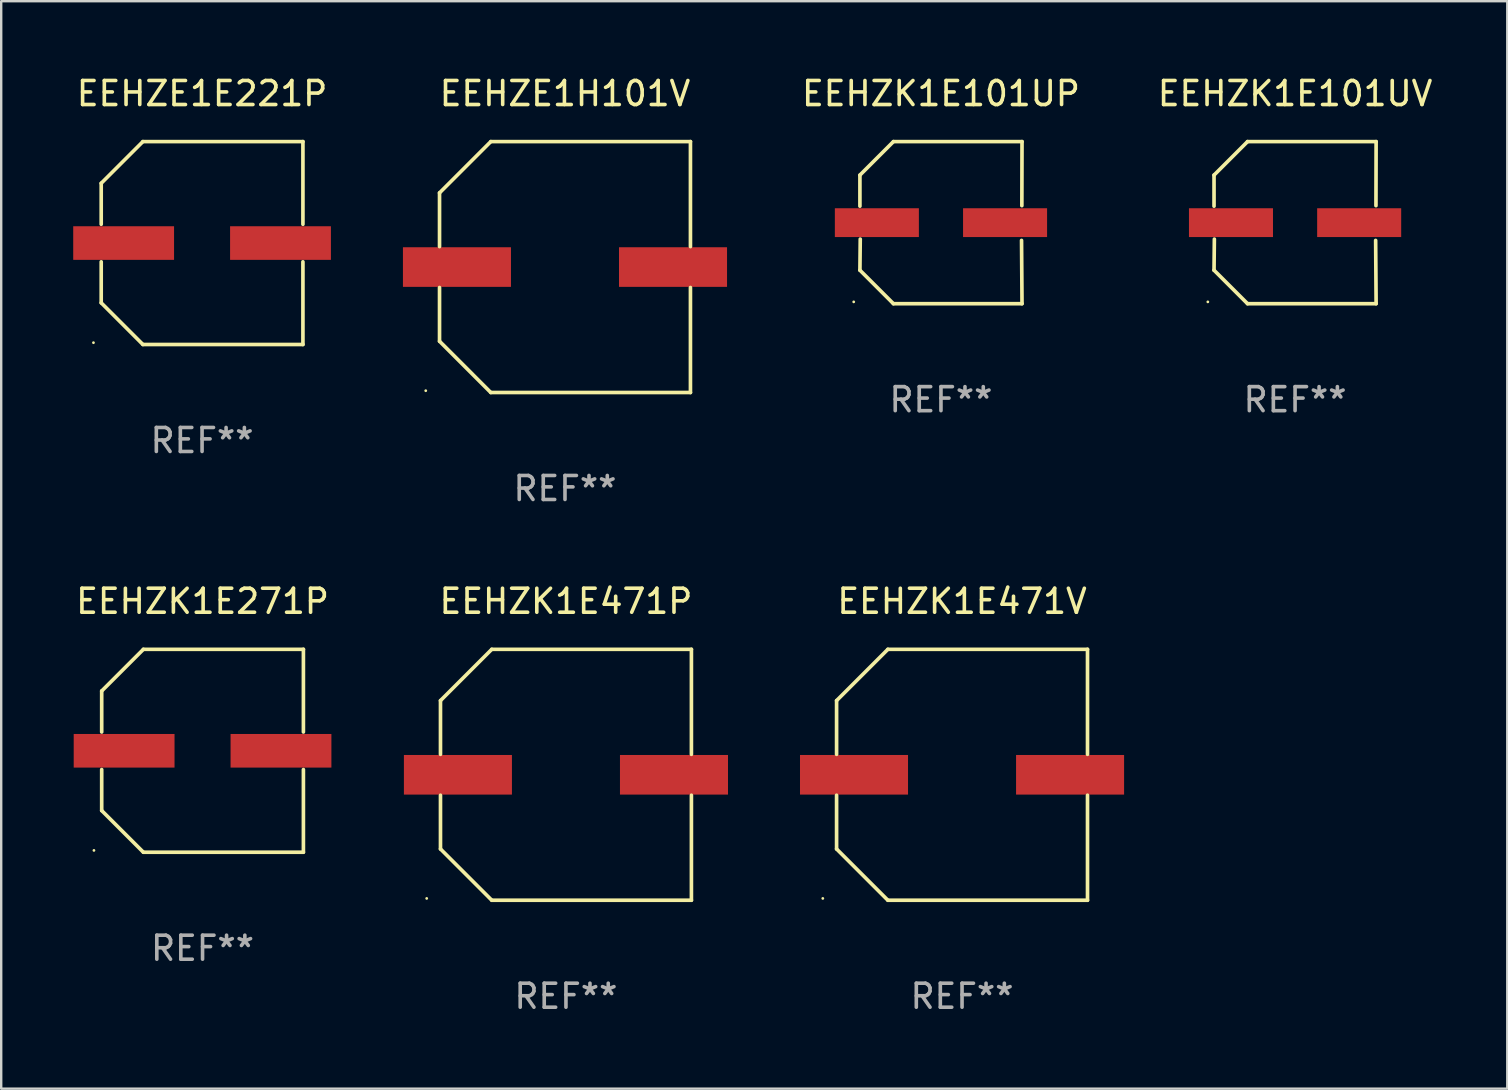
<source format=kicad_pcb>
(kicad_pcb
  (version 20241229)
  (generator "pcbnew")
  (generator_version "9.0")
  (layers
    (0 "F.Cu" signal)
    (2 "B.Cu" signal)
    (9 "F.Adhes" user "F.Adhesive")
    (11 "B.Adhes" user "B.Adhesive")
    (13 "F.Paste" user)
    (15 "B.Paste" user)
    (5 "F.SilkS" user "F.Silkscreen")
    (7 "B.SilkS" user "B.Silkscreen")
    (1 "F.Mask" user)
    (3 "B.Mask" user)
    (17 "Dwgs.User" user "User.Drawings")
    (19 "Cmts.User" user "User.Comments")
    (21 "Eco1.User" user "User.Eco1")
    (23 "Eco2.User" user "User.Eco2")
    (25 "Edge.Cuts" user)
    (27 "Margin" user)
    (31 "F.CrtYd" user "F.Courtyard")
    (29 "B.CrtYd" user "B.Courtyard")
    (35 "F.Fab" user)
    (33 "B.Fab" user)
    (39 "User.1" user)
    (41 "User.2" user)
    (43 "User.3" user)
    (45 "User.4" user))
  (footprint "EEHZK1E101UV"
    (layer "F.Cu")
    (at 50.895 6.224)
    (property "Reference" "EEHZK1E101UV" (at 0 -5.376 0) (layer "F.SilkS") (effects (font (size 1 1) (thickness 0.15))))
    (attr through_hole)
    (fp_line (start -3.376 -1.98) (end -3.376 -0.686) (stroke (width 0.152) (type solid)) (layer "F.SilkS"))
    (fp_line (start -3.376 1.981) (end -3.362 0.686) (stroke (width 0.152) (type solid)) (layer "F.SilkS"))
    (fp_line (start -1.981 3.376) (end -3.376 1.981) (stroke (width 0.152) (type solid)) (layer "F.SilkS"))
    (fp_line (start -1.98 -3.376) (end -3.376 -1.98) (stroke (width 0.152) (type solid)) (layer "F.SilkS"))
    (fp_line (start 3.356 0.74) (end 3.376 3.376) (stroke (width 0.152) (type solid)) (layer "F.SilkS"))
    (fp_line (start 3.369 -0.707) (end 3.376 -3.376) (stroke (width 0.152) (type solid)) (layer "F.SilkS"))
    (fp_line (start 3.376 3.376) (end -1.981 3.376) (stroke (width 0.152) (type solid)) (layer "F.SilkS"))
    (fp_line (start 3.376 -3.376) (end -1.98 -3.376) (stroke (width 0.152) (type solid)) (layer "F.SilkS"))
    (fp_circle (center -3.634 3.3) (end -3.604 3.3) (stroke (width 0.06) (type solid)) (fill no) (layer "F.SilkS"))
    (fp_text user "REF**" (at 0 7.376 0) (layer "F.Fab") (effects (font (size 1 1) (thickness 0.15))))
    (pad "1" smd rect (at -2.67 0.000254) (size 3.5 1.2) (layers "F.Cu" "F.Mask" "F.Paste"))
    (pad "2" smd rect (at 2.67 0.000254) (size 3.5 1.2) (layers "F.Cu" "F.Mask" "F.Paste")))
  (footprint "EEHZE1E221P"
    (layer "F.Cu")
    (at 5.367 7.074)
    (property "Reference" "EEHZE1E221P" (at 0 -6.226 0) (layer "F.SilkS") (effects (font (size 1 1) (thickness 0.15))))
    (attr through_hole)
    (fp_line (start -4.201 -2.49) (end -4.201 -0.782) (stroke (width 0.152) (type solid)) (layer "F.SilkS"))
    (fp_line (start -4.201 2.49) (end -4.201 0.782) (stroke (width 0.152) (type solid)) (layer "F.SilkS"))
    (fp_line (start -2.465 -4.226) (end -4.201 -2.49) (stroke (width 0.152) (type solid)) (layer "F.SilkS"))
    (fp_line (start -2.465 4.226) (end -4.201 2.49) (stroke (width 0.152) (type solid)) (layer "F.SilkS"))
    (fp_line (start 4.201 -4.226) (end -2.465 -4.226) (stroke (width 0.152) (type solid)) (layer "F.SilkS"))
    (fp_line (start 4.201 -0.782) (end 4.201 -4.226) (stroke (width 0.152) (type solid)) (layer "F.SilkS"))
    (fp_line (start 4.201 0.782) (end 4.201 4.226) (stroke (width 0.152) (type solid)) (layer "F.SilkS"))
    (fp_line (start 4.201 4.226) (end -2.465 4.226) (stroke (width 0.152) (type solid)) (layer "F.SilkS"))
    (fp_circle (center -4.524 4.15) (end -4.494 4.15) (stroke (width 0.06) (type solid)) (fill no) (layer "F.SilkS"))
    (fp_text user "REF**" (at 0 8.226 0) (layer "F.Fab") (effects (font (size 1 1) (thickness 0.15))))
    (pad "1" smd rect (at -3.267 0) (size 4.2 1.4) (layers "F.Cu" "F.Mask" "F.Paste"))
    (pad "2" smd rect (at 3.267 0) (size 4.2 1.4) (layers "F.Cu" "F.Mask" "F.Paste")))
  (footprint "EEHZK1E101UP"
    (layer "F.Cu")
    (at 36.145 6.224)
    (property "Reference" "EEHZK1E101UP" (at 0 -5.376 0) (layer "F.SilkS") (effects (font (size 1 1) (thickness 0.15))))
    (attr through_hole)
    (fp_line (start -3.376 -1.98) (end -3.376 -0.686) (stroke (width 0.152) (type solid)) (layer "F.SilkS"))
    (fp_line (start -3.376 1.981) (end -3.362 0.686) (stroke (width 0.152) (type solid)) (layer "F.SilkS"))
    (fp_line (start -1.981 3.376) (end -3.376 1.981) (stroke (width 0.152) (type solid)) (layer "F.SilkS"))
    (fp_line (start -1.98 -3.376) (end -3.376 -1.98) (stroke (width 0.152) (type solid)) (layer "F.SilkS"))
    (fp_line (start 3.356 0.74) (end 3.376 3.376) (stroke (width 0.152) (type solid)) (layer "F.SilkS"))
    (fp_line (start 3.369 -0.707) (end 3.376 -3.376) (stroke (width 0.152) (type solid)) (layer "F.SilkS"))
    (fp_line (start 3.376 3.376) (end -1.981 3.376) (stroke (width 0.152) (type solid)) (layer "F.SilkS"))
    (fp_line (start 3.376 -3.376) (end -1.98 -3.376) (stroke (width 0.152) (type solid)) (layer "F.SilkS"))
    (fp_circle (center -3.634 3.3) (end -3.604 3.3) (stroke (width 0.06) (type solid)) (fill no) (layer "F.SilkS"))
    (fp_text user "REF**" (at 0 7.376 0) (layer "F.Fab") (effects (font (size 1 1) (thickness 0.15))))
    (pad "1" smd rect (at -2.67 0.000254) (size 3.5 1.2) (layers "F.Cu" "F.Mask" "F.Paste"))
    (pad "2" smd rect (at 2.67 0.000254) (size 3.5 1.2) (layers "F.Cu" "F.Mask" "F.Paste")))
  (footprint "EEHZK1E471V"
    (layer "F.Cu")
    (at 37.023 29.223)
    (property "Reference" "EEHZK1E471V" (at 0 -7.226 0) (layer "F.SilkS") (effects (font (size 1 1) (thickness 0.15))))
    (attr through_hole)
    (fp_line (start -5.226 -3.09) (end -5.226 -0.852) (stroke (width 0.152) (type solid)) (layer "F.SilkS"))
    (fp_line (start -5.226 3.09) (end -5.226 0.852) (stroke (width 0.152) (type solid)) (layer "F.SilkS"))
    (fp_line (start -3.09 -5.226) (end -5.226 -3.09) (stroke (width 0.152) (type solid)) (layer "F.SilkS"))
    (fp_line (start -3.09 5.226) (end -5.226 3.09) (stroke (width 0.152) (type solid)) (layer "F.SilkS"))
    (fp_line (start 5.226 -5.226) (end -3.09 -5.226) (stroke (width 0.152) (type solid)) (layer "F.SilkS"))
    (fp_line (start 5.226 -0.852) (end 5.226 -5.226) (stroke (width 0.152) (type solid)) (layer "F.SilkS"))
    (fp_line (start 5.226 0.852) (end 5.226 5.226) (stroke (width 0.152) (type solid)) (layer "F.SilkS"))
    (fp_line (start 5.226 5.226) (end -3.09 5.226) (stroke (width 0.152) (type solid)) (layer "F.SilkS"))
    (fp_circle (center -5.8 5.15) (end -5.77 5.15) (stroke (width 0.06) (type solid)) (fill no) (layer "F.SilkS"))
    (fp_text user "REF**" (at 0 9.226 0) (layer "F.Fab") (effects (font (size 1 1) (thickness 0.15))))
    (pad "1" smd rect (at -4.5 0) (size 4.5 1.65) (layers "F.Cu" "F.Mask" "F.Paste"))
    (pad "2" smd rect (at 4.5 0) (size 4.5 1.65) (layers "F.Cu" "F.Mask" "F.Paste")))
  (footprint "EEHZK1E271P"
    (layer "F.Cu")
    (at 5.387 28.223)
    (property "Reference" "EEHZK1E271P" (at 0 -6.226 0) (layer "F.SilkS") (effects (font (size 1 1) (thickness 0.15))))
    (attr through_hole)
    (fp_line (start -4.201 -2.49) (end -4.201 -0.782) (stroke (width 0.152) (type solid)) (layer "F.SilkS"))
    (fp_line (start -4.201 2.49) (end -4.201 0.782) (stroke (width 0.152) (type solid)) (layer "F.SilkS"))
    (fp_line (start -2.465 -4.226) (end -4.201 -2.49) (stroke (width 0.152) (type solid)) (layer "F.SilkS"))
    (fp_line (start -2.465 4.226) (end -4.201 2.49) (stroke (width 0.152) (type solid)) (layer "F.SilkS"))
    (fp_line (start 4.201 -4.226) (end -2.465 -4.226) (stroke (width 0.152) (type solid)) (layer "F.SilkS"))
    (fp_line (start 4.201 -0.782) (end 4.201 -4.226) (stroke (width 0.152) (type solid)) (layer "F.SilkS"))
    (fp_line (start 4.201 0.782) (end 4.201 4.226) (stroke (width 0.152) (type solid)) (layer "F.SilkS"))
    (fp_line (start 4.201 4.226) (end -2.465 4.226) (stroke (width 0.152) (type solid)) (layer "F.SilkS"))
    (fp_circle (center -4.524 4.15) (end -4.494 4.15) (stroke (width 0.06) (type solid)) (fill no) (layer "F.SilkS"))
    (fp_text user "REF**" (at 0 8.226 0) (layer "F.Fab") (effects (font (size 1 1) (thickness 0.15))))
    (pad "1" smd rect (at -3.267 0) (size 4.2 1.4) (layers "F.Cu" "F.Mask" "F.Paste"))
    (pad "2" smd rect (at 3.267 0) (size 4.2 1.4) (layers "F.Cu" "F.Mask" "F.Paste")))
  (footprint "EEHZE1H101V"
    (layer "F.Cu")
    (at 20.484 8.074)
    (property "Reference" "EEHZE1H101V" (at 0 -7.226 0) (layer "F.SilkS") (effects (font (size 1 1) (thickness 0.15))))
    (attr through_hole)
    (fp_line (start -5.226 -3.09) (end -5.226 -0.852) (stroke (width 0.152) (type solid)) (layer "F.SilkS"))
    (fp_line (start -5.226 3.09) (end -5.226 0.852) (stroke (width 0.152) (type solid)) (layer "F.SilkS"))
    (fp_line (start -3.09 -5.226) (end -5.226 -3.09) (stroke (width 0.152) (type solid)) (layer "F.SilkS"))
    (fp_line (start -3.09 5.226) (end -5.226 3.09) (stroke (width 0.152) (type solid)) (layer "F.SilkS"))
    (fp_line (start 5.226 -5.226) (end -3.09 -5.226) (stroke (width 0.152) (type solid)) (layer "F.SilkS"))
    (fp_line (start 5.226 -0.852) (end 5.226 -5.226) (stroke (width 0.152) (type solid)) (layer "F.SilkS"))
    (fp_line (start 5.226 0.852) (end 5.226 5.226) (stroke (width 0.152) (type solid)) (layer "F.SilkS"))
    (fp_line (start 5.226 5.226) (end -3.09 5.226) (stroke (width 0.152) (type solid)) (layer "F.SilkS"))
    (fp_circle (center -5.8 5.15) (end -5.77 5.15) (stroke (width 0.06) (type solid)) (fill no) (layer "F.SilkS"))
    (fp_text user "REF**" (at 0 9.226 0) (layer "F.Fab") (effects (font (size 1 1) (thickness 0.15))))
    (pad "1" smd rect (at -4.5 0) (size 4.5 1.65) (layers "F.Cu" "F.Mask" "F.Paste"))
    (pad "2" smd rect (at 4.5 0) (size 4.5 1.65) (layers "F.Cu" "F.Mask" "F.Paste")))
  (footprint "EEHZK1E471P"
    (layer "F.Cu")
    (at 20.524 29.223)
    (property "Reference" "EEHZK1E471P" (at 0 -7.226 0) (layer "F.SilkS") (effects (font (size 1 1) (thickness 0.15))))
    (attr through_hole)
    (fp_line (start -5.226 -3.09) (end -5.226 -0.852) (stroke (width 0.152) (type solid)) (layer "F.SilkS"))
    (fp_line (start -5.226 3.09) (end -5.226 0.852) (stroke (width 0.152) (type solid)) (layer "F.SilkS"))
    (fp_line (start -3.09 -5.226) (end -5.226 -3.09) (stroke (width 0.152) (type solid)) (layer "F.SilkS"))
    (fp_line (start -3.09 5.226) (end -5.226 3.09) (stroke (width 0.152) (type solid)) (layer "F.SilkS"))
    (fp_line (start 5.226 -5.226) (end -3.09 -5.226) (stroke (width 0.152) (type solid)) (layer "F.SilkS"))
    (fp_line (start 5.226 -0.852) (end 5.226 -5.226) (stroke (width 0.152) (type solid)) (layer "F.SilkS"))
    (fp_line (start 5.226 0.852) (end 5.226 5.226) (stroke (width 0.152) (type solid)) (layer "F.SilkS"))
    (fp_line (start 5.226 5.226) (end -3.09 5.226) (stroke (width 0.152) (type solid)) (layer "F.SilkS"))
    (fp_circle (center -5.8 5.15) (end -5.77 5.15) (stroke (width 0.06) (type solid)) (fill no) (layer "F.SilkS"))
    (fp_text user "REF**" (at 0 9.226 0) (layer "F.Fab") (effects (font (size 1 1) (thickness 0.15))))
    (pad "1" smd rect (at -4.5 0) (size 4.5 1.65) (layers "F.Cu" "F.Mask" "F.Paste"))
    (pad "2" smd rect (at 4.5 0) (size 4.5 1.65) (layers "F.Cu" "F.Mask" "F.Paste")))
  (gr_rect
    (start -3 -3)
    (end 59.734 42.298)
    (stroke (width 0.1) (type default))
    (fill no)
    (layer "Edge.Cuts")))
</source>
